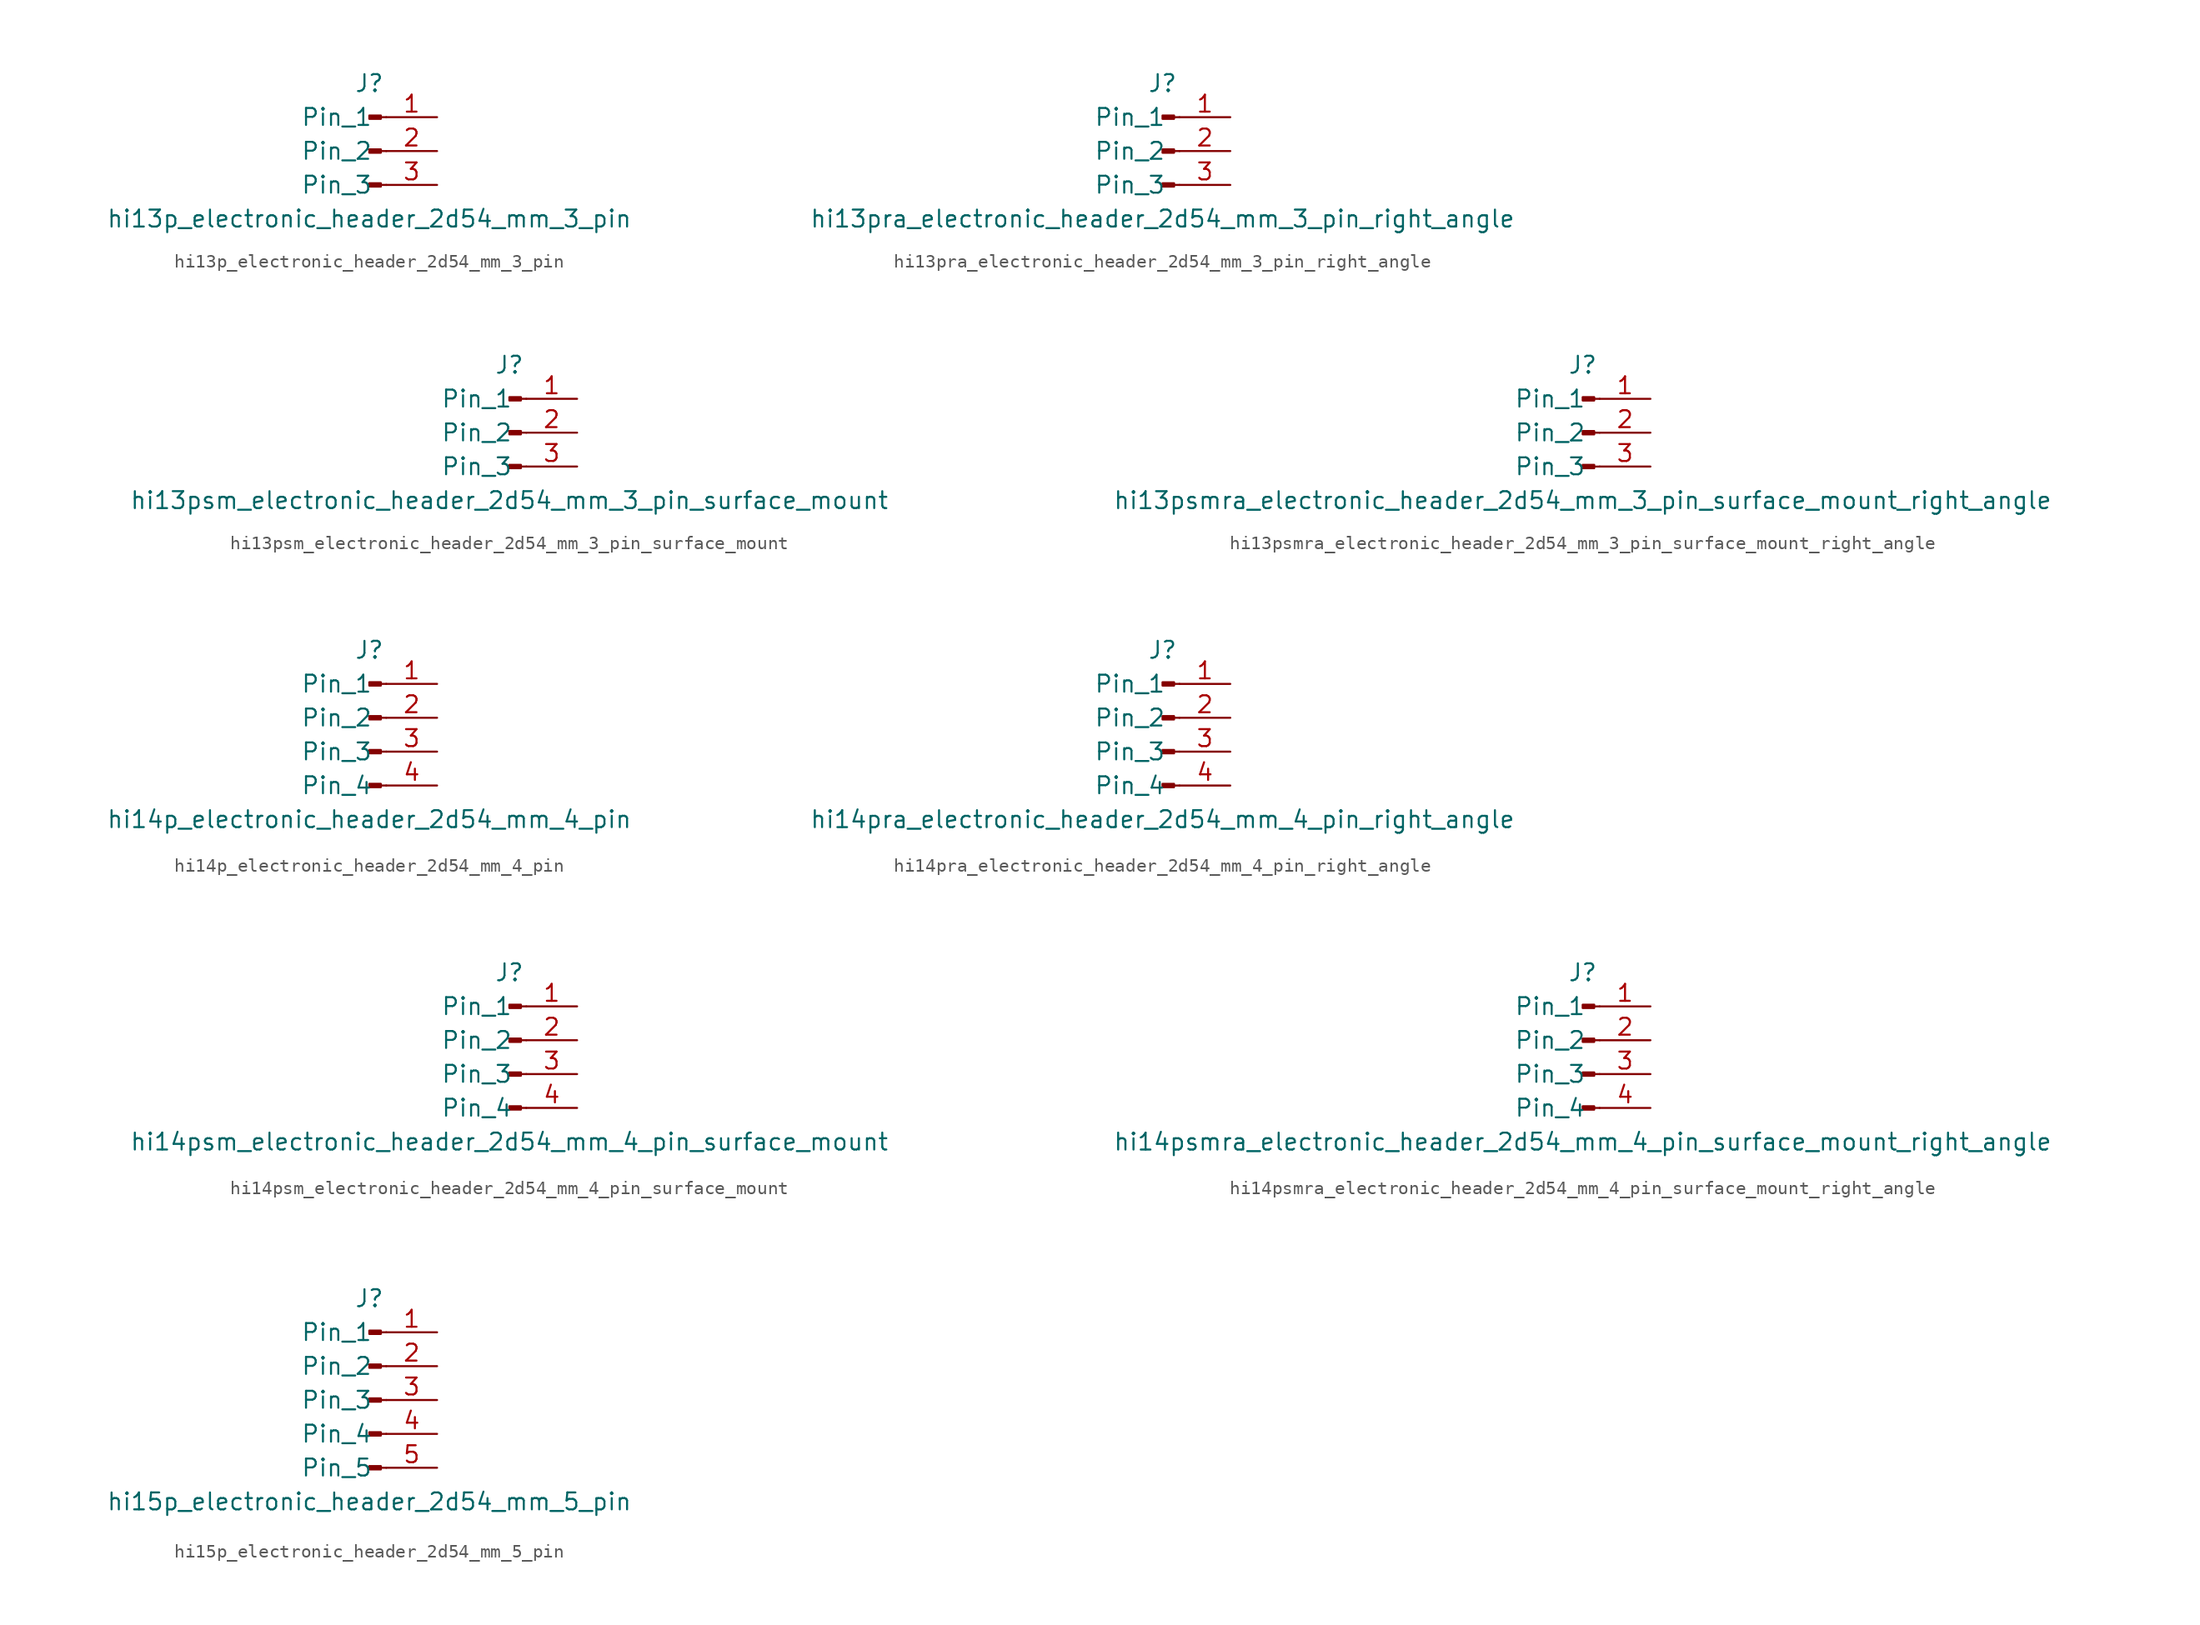
<source format=kicad_sym>
(kicad_symbol_lib
  (version 20220914)
  (generator kicad_symbol_editor)
  (symbol "hi13p_electronic_header_2d54_mm_3_pin"
    (pin_names
      (offset 1.016))
    (property "Reference" "J"
      (at 0 5.08 0)
      (effects (font (size 1.27 1.27))))
    (property "Value" "hi13p_electronic_header_2d54_mm_3_pin"
      (at 0 -5.08 0)
      (effects (font (size 1.27 1.27))))
    (property "ki_locked" ""
      (at 0 0 0)
      (effects (font (size 1.27 1.27))))
    (symbol "hi13p_electronic_header_2d54_mm_3_pin_1_1"
      (polyline (pts (xy 1.27 -2.54) (xy 0.864 -2.54)) (stroke (width 0.152) (type default)) (fill (type none)))
      (polyline (pts (xy 1.27 0) (xy 0.864 0)) (stroke (width 0.152) (type default)) (fill (type none)))
      (polyline (pts (xy 1.27 2.54) (xy 0.864 2.54)) (stroke (width 0.152) (type default)) (fill (type none)))
      (rectangle (start 0.864 -2.413) (end 0 -2.667) (stroke (width 0.152) (type default)) (fill (type outline)))
      (rectangle (start 0.864 0.127) (end 0 -0.127) (stroke (width 0.152) (type default)) (fill (type outline)))
      (rectangle (start 0.864 2.667) (end 0 2.413) (stroke (width 0.152) (type default)) (fill (type outline)))
      (pin passive line (at 5.08 2.54 180) (length 3.81) (name "Pin_1" (effects (font (size 1.27 1.27)))) (number "1" (effects (font (size 1.27 1.27)))))
      (pin passive line (at 5.08 0 180) (length 3.81) (name "Pin_2" (effects (font (size 1.27 1.27)))) (number "2" (effects (font (size 1.27 1.27)))))
      (pin passive line (at 5.08 -2.54 180) (length 3.81) (name "Pin_3" (effects (font (size 1.27 1.27)))) (number "3" (effects (font (size 1.27 1.27)))))))
  (symbol "hi13pra_electronic_header_2d54_mm_3_pin_right_angle"
    (pin_names
      (offset 1.016))
    (property "Reference" "J"
      (at 0 5.08 0)
      (effects (font (size 1.27 1.27))))
    (property "Value" "hi13pra_electronic_header_2d54_mm_3_pin_right_angle"
      (at 0 -5.08 0)
      (effects (font (size 1.27 1.27))))
    (property "ki_locked" ""
      (at 0 0 0)
      (effects (font (size 1.27 1.27))))
    (symbol "hi13pra_electronic_header_2d54_mm_3_pin_right_angle_1_1"
      (polyline (pts (xy 1.27 -2.54) (xy 0.864 -2.54)) (stroke (width 0.152) (type default)) (fill (type none)))
      (polyline (pts (xy 1.27 0) (xy 0.864 0)) (stroke (width 0.152) (type default)) (fill (type none)))
      (polyline (pts (xy 1.27 2.54) (xy 0.864 2.54)) (stroke (width 0.152) (type default)) (fill (type none)))
      (rectangle (start 0.864 -2.413) (end 0 -2.667) (stroke (width 0.152) (type default)) (fill (type outline)))
      (rectangle (start 0.864 0.127) (end 0 -0.127) (stroke (width 0.152) (type default)) (fill (type outline)))
      (rectangle (start 0.864 2.667) (end 0 2.413) (stroke (width 0.152) (type default)) (fill (type outline)))
      (pin passive line (at 5.08 2.54 180) (length 3.81) (name "Pin_1" (effects (font (size 1.27 1.27)))) (number "1" (effects (font (size 1.27 1.27)))))
      (pin passive line (at 5.08 0 180) (length 3.81) (name "Pin_2" (effects (font (size 1.27 1.27)))) (number "2" (effects (font (size 1.27 1.27)))))
      (pin passive line (at 5.08 -2.54 180) (length 3.81) (name "Pin_3" (effects (font (size 1.27 1.27)))) (number "3" (effects (font (size 1.27 1.27)))))))
  (symbol "hi13psm_electronic_header_2d54_mm_3_pin_surface_mount"
    (pin_names
      (offset 1.016))
    (property "Reference" "J"
      (at 0 5.08 0)
      (effects (font (size 1.27 1.27))))
    (property "Value" "hi13psm_electronic_header_2d54_mm_3_pin_surface_mount"
      (at 0 -5.08 0)
      (effects (font (size 1.27 1.27))))
    (property "ki_locked" ""
      (at 0 0 0)
      (effects (font (size 1.27 1.27))))
    (symbol "hi13psm_electronic_header_2d54_mm_3_pin_surface_mount_1_1"
      (polyline (pts (xy 1.27 -2.54) (xy 0.864 -2.54)) (stroke (width 0.152) (type default)) (fill (type none)))
      (polyline (pts (xy 1.27 0) (xy 0.864 0)) (stroke (width 0.152) (type default)) (fill (type none)))
      (polyline (pts (xy 1.27 2.54) (xy 0.864 2.54)) (stroke (width 0.152) (type default)) (fill (type none)))
      (rectangle (start 0.864 -2.413) (end 0 -2.667) (stroke (width 0.152) (type default)) (fill (type outline)))
      (rectangle (start 0.864 0.127) (end 0 -0.127) (stroke (width 0.152) (type default)) (fill (type outline)))
      (rectangle (start 0.864 2.667) (end 0 2.413) (stroke (width 0.152) (type default)) (fill (type outline)))
      (pin passive line (at 5.08 2.54 180) (length 3.81) (name "Pin_1" (effects (font (size 1.27 1.27)))) (number "1" (effects (font (size 1.27 1.27)))))
      (pin passive line (at 5.08 0 180) (length 3.81) (name "Pin_2" (effects (font (size 1.27 1.27)))) (number "2" (effects (font (size 1.27 1.27)))))
      (pin passive line (at 5.08 -2.54 180) (length 3.81) (name "Pin_3" (effects (font (size 1.27 1.27)))) (number "3" (effects (font (size 1.27 1.27)))))))
  (symbol "hi13psmra_electronic_header_2d54_mm_3_pin_surface_mount_right_angle"
    (pin_names
      (offset 1.016))
    (property "Reference" "J"
      (at 0 5.08 0)
      (effects (font (size 1.27 1.27))))
    (property "Value" "hi13psmra_electronic_header_2d54_mm_3_pin_surface_mount_right_angle"
      (at 0 -5.08 0)
      (effects (font (size 1.27 1.27))))
    (property "ki_locked" ""
      (at 0 0 0)
      (effects (font (size 1.27 1.27))))
    (symbol "hi13psmra_electronic_header_2d54_mm_3_pin_surface_mount_right_angle_1_1"
      (polyline (pts (xy 1.27 -2.54) (xy 0.864 -2.54)) (stroke (width 0.152) (type default)) (fill (type none)))
      (polyline (pts (xy 1.27 0) (xy 0.864 0)) (stroke (width 0.152) (type default)) (fill (type none)))
      (polyline (pts (xy 1.27 2.54) (xy 0.864 2.54)) (stroke (width 0.152) (type default)) (fill (type none)))
      (rectangle (start 0.864 -2.413) (end 0 -2.667) (stroke (width 0.152) (type default)) (fill (type outline)))
      (rectangle (start 0.864 0.127) (end 0 -0.127) (stroke (width 0.152) (type default)) (fill (type outline)))
      (rectangle (start 0.864 2.667) (end 0 2.413) (stroke (width 0.152) (type default)) (fill (type outline)))
      (pin passive line (at 5.08 2.54 180) (length 3.81) (name "Pin_1" (effects (font (size 1.27 1.27)))) (number "1" (effects (font (size 1.27 1.27)))))
      (pin passive line (at 5.08 0 180) (length 3.81) (name "Pin_2" (effects (font (size 1.27 1.27)))) (number "2" (effects (font (size 1.27 1.27)))))
      (pin passive line (at 5.08 -2.54 180) (length 3.81) (name "Pin_3" (effects (font (size 1.27 1.27)))) (number "3" (effects (font (size 1.27 1.27)))))))
  (symbol "hi14p_electronic_header_2d54_mm_4_pin"
    (pin_names
      (offset 1.016))
    (property "Reference" "J"
      (at 0 5.08 0)
      (effects (font (size 1.27 1.27))))
    (property "Value" "hi14p_electronic_header_2d54_mm_4_pin"
      (at 0 -7.62 0)
      (effects (font (size 1.27 1.27))))
    (property "ki_locked" ""
      (at 0 0 0)
      (effects (font (size 1.27 1.27))))
    (symbol "hi14p_electronic_header_2d54_mm_4_pin_1_1"
      (polyline (pts (xy 1.27 -5.08) (xy 0.864 -5.08)) (stroke (width 0.152) (type default)) (fill (type none)))
      (polyline (pts (xy 1.27 -2.54) (xy 0.864 -2.54)) (stroke (width 0.152) (type default)) (fill (type none)))
      (polyline (pts (xy 1.27 0) (xy 0.864 0)) (stroke (width 0.152) (type default)) (fill (type none)))
      (polyline (pts (xy 1.27 2.54) (xy 0.864 2.54)) (stroke (width 0.152) (type default)) (fill (type none)))
      (rectangle (start 0.864 -4.953) (end 0 -5.207) (stroke (width 0.152) (type default)) (fill (type outline)))
      (rectangle (start 0.864 -2.413) (end 0 -2.667) (stroke (width 0.152) (type default)) (fill (type outline)))
      (rectangle (start 0.864 0.127) (end 0 -0.127) (stroke (width 0.152) (type default)) (fill (type outline)))
      (rectangle (start 0.864 2.667) (end 0 2.413) (stroke (width 0.152) (type default)) (fill (type outline)))
      (pin passive line (at 5.08 2.54 180) (length 3.81) (name "Pin_1" (effects (font (size 1.27 1.27)))) (number "1" (effects (font (size 1.27 1.27)))))
      (pin passive line (at 5.08 0 180) (length 3.81) (name "Pin_2" (effects (font (size 1.27 1.27)))) (number "2" (effects (font (size 1.27 1.27)))))
      (pin passive line (at 5.08 -2.54 180) (length 3.81) (name "Pin_3" (effects (font (size 1.27 1.27)))) (number "3" (effects (font (size 1.27 1.27)))))
      (pin passive line (at 5.08 -5.08 180) (length 3.81) (name "Pin_4" (effects (font (size 1.27 1.27)))) (number "4" (effects (font (size 1.27 1.27)))))))
  (symbol "hi14pra_electronic_header_2d54_mm_4_pin_right_angle"
    (pin_names
      (offset 1.016))
    (property "Reference" "J"
      (at 0 5.08 0)
      (effects (font (size 1.27 1.27))))
    (property "Value" "hi14pra_electronic_header_2d54_mm_4_pin_right_angle"
      (at 0 -7.62 0)
      (effects (font (size 1.27 1.27))))
    (property "ki_locked" ""
      (at 0 0 0)
      (effects (font (size 1.27 1.27))))
    (symbol "hi14pra_electronic_header_2d54_mm_4_pin_right_angle_1_1"
      (polyline (pts (xy 1.27 -5.08) (xy 0.864 -5.08)) (stroke (width 0.152) (type default)) (fill (type none)))
      (polyline (pts (xy 1.27 -2.54) (xy 0.864 -2.54)) (stroke (width 0.152) (type default)) (fill (type none)))
      (polyline (pts (xy 1.27 0) (xy 0.864 0)) (stroke (width 0.152) (type default)) (fill (type none)))
      (polyline (pts (xy 1.27 2.54) (xy 0.864 2.54)) (stroke (width 0.152) (type default)) (fill (type none)))
      (rectangle (start 0.864 -4.953) (end 0 -5.207) (stroke (width 0.152) (type default)) (fill (type outline)))
      (rectangle (start 0.864 -2.413) (end 0 -2.667) (stroke (width 0.152) (type default)) (fill (type outline)))
      (rectangle (start 0.864 0.127) (end 0 -0.127) (stroke (width 0.152) (type default)) (fill (type outline)))
      (rectangle (start 0.864 2.667) (end 0 2.413) (stroke (width 0.152) (type default)) (fill (type outline)))
      (pin passive line (at 5.08 2.54 180) (length 3.81) (name "Pin_1" (effects (font (size 1.27 1.27)))) (number "1" (effects (font (size 1.27 1.27)))))
      (pin passive line (at 5.08 0 180) (length 3.81) (name "Pin_2" (effects (font (size 1.27 1.27)))) (number "2" (effects (font (size 1.27 1.27)))))
      (pin passive line (at 5.08 -2.54 180) (length 3.81) (name "Pin_3" (effects (font (size 1.27 1.27)))) (number "3" (effects (font (size 1.27 1.27)))))
      (pin passive line (at 5.08 -5.08 180) (length 3.81) (name "Pin_4" (effects (font (size 1.27 1.27)))) (number "4" (effects (font (size 1.27 1.27)))))))
  (symbol "hi14psm_electronic_header_2d54_mm_4_pin_surface_mount"
    (pin_names
      (offset 1.016))
    (property "Reference" "J"
      (at 0 5.08 0)
      (effects (font (size 1.27 1.27))))
    (property "Value" "hi14psm_electronic_header_2d54_mm_4_pin_surface_mount"
      (at 0 -7.62 0)
      (effects (font (size 1.27 1.27))))
    (property "ki_locked" ""
      (at 0 0 0)
      (effects (font (size 1.27 1.27))))
    (symbol "hi14psm_electronic_header_2d54_mm_4_pin_surface_mount_1_1"
      (polyline (pts (xy 1.27 -5.08) (xy 0.864 -5.08)) (stroke (width 0.152) (type default)) (fill (type none)))
      (polyline (pts (xy 1.27 -2.54) (xy 0.864 -2.54)) (stroke (width 0.152) (type default)) (fill (type none)))
      (polyline (pts (xy 1.27 0) (xy 0.864 0)) (stroke (width 0.152) (type default)) (fill (type none)))
      (polyline (pts (xy 1.27 2.54) (xy 0.864 2.54)) (stroke (width 0.152) (type default)) (fill (type none)))
      (rectangle (start 0.864 -4.953) (end 0 -5.207) (stroke (width 0.152) (type default)) (fill (type outline)))
      (rectangle (start 0.864 -2.413) (end 0 -2.667) (stroke (width 0.152) (type default)) (fill (type outline)))
      (rectangle (start 0.864 0.127) (end 0 -0.127) (stroke (width 0.152) (type default)) (fill (type outline)))
      (rectangle (start 0.864 2.667) (end 0 2.413) (stroke (width 0.152) (type default)) (fill (type outline)))
      (pin passive line (at 5.08 2.54 180) (length 3.81) (name "Pin_1" (effects (font (size 1.27 1.27)))) (number "1" (effects (font (size 1.27 1.27)))))
      (pin passive line (at 5.08 0 180) (length 3.81) (name "Pin_2" (effects (font (size 1.27 1.27)))) (number "2" (effects (font (size 1.27 1.27)))))
      (pin passive line (at 5.08 -2.54 180) (length 3.81) (name "Pin_3" (effects (font (size 1.27 1.27)))) (number "3" (effects (font (size 1.27 1.27)))))
      (pin passive line (at 5.08 -5.08 180) (length 3.81) (name "Pin_4" (effects (font (size 1.27 1.27)))) (number "4" (effects (font (size 1.27 1.27)))))))
  (symbol "hi14psmra_electronic_header_2d54_mm_4_pin_surface_mount_right_angle"
    (pin_names
      (offset 1.016))
    (property "Reference" "J"
      (at 0 5.08 0)
      (effects (font (size 1.27 1.27))))
    (property "Value" "hi14psmra_electronic_header_2d54_mm_4_pin_surface_mount_right_angle"
      (at 0 -7.62 0)
      (effects (font (size 1.27 1.27))))
    (property "ki_locked" ""
      (at 0 0 0)
      (effects (font (size 1.27 1.27))))
    (symbol "hi14psmra_electronic_header_2d54_mm_4_pin_surface_mount_right_angle_1_1"
      (polyline (pts (xy 1.27 -5.08) (xy 0.864 -5.08)) (stroke (width 0.152) (type default)) (fill (type none)))
      (polyline (pts (xy 1.27 -2.54) (xy 0.864 -2.54)) (stroke (width 0.152) (type default)) (fill (type none)))
      (polyline (pts (xy 1.27 0) (xy 0.864 0)) (stroke (width 0.152) (type default)) (fill (type none)))
      (polyline (pts (xy 1.27 2.54) (xy 0.864 2.54)) (stroke (width 0.152) (type default)) (fill (type none)))
      (rectangle (start 0.864 -4.953) (end 0 -5.207) (stroke (width 0.152) (type default)) (fill (type outline)))
      (rectangle (start 0.864 -2.413) (end 0 -2.667) (stroke (width 0.152) (type default)) (fill (type outline)))
      (rectangle (start 0.864 0.127) (end 0 -0.127) (stroke (width 0.152) (type default)) (fill (type outline)))
      (rectangle (start 0.864 2.667) (end 0 2.413) (stroke (width 0.152) (type default)) (fill (type outline)))
      (pin passive line (at 5.08 2.54 180) (length 3.81) (name "Pin_1" (effects (font (size 1.27 1.27)))) (number "1" (effects (font (size 1.27 1.27)))))
      (pin passive line (at 5.08 0 180) (length 3.81) (name "Pin_2" (effects (font (size 1.27 1.27)))) (number "2" (effects (font (size 1.27 1.27)))))
      (pin passive line (at 5.08 -2.54 180) (length 3.81) (name "Pin_3" (effects (font (size 1.27 1.27)))) (number "3" (effects (font (size 1.27 1.27)))))
      (pin passive line (at 5.08 -5.08 180) (length 3.81) (name "Pin_4" (effects (font (size 1.27 1.27)))) (number "4" (effects (font (size 1.27 1.27)))))))
  (symbol "hi15p_electronic_header_2d54_mm_5_pin"
    (pin_names
      (offset 1.016))
    (property "Reference" "J"
      (at 0 7.62 0)
      (effects (font (size 1.27 1.27))))
    (property "Value" "hi15p_electronic_header_2d54_mm_5_pin"
      (at 0 -7.62 0)
      (effects (font (size 1.27 1.27))))
    (property "ki_locked" ""
      (at 0 0 0)
      (effects (font (size 1.27 1.27))))
    (symbol "hi15p_electronic_header_2d54_mm_5_pin_1_1"
      (polyline (pts (xy 1.27 -5.08) (xy 0.864 -5.08)) (stroke (width 0.152) (type default)) (fill (type none)))
      (polyline (pts (xy 1.27 -2.54) (xy 0.864 -2.54)) (stroke (width 0.152) (type default)) (fill (type none)))
      (polyline (pts (xy 1.27 0) (xy 0.864 0)) (stroke (width 0.152) (type default)) (fill (type none)))
      (polyline (pts (xy 1.27 2.54) (xy 0.864 2.54)) (stroke (width 0.152) (type default)) (fill (type none)))
      (polyline (pts (xy 1.27 5.08) (xy 0.864 5.08)) (stroke (width 0.152) (type default)) (fill (type none)))
      (rectangle (start 0.864 -4.953) (end 0 -5.207) (stroke (width 0.152) (type default)) (fill (type outline)))
      (rectangle (start 0.864 -2.413) (end 0 -2.667) (stroke (width 0.152) (type default)) (fill (type outline)))
      (rectangle (start 0.864 0.127) (end 0 -0.127) (stroke (width 0.152) (type default)) (fill (type outline)))
      (rectangle (start 0.864 2.667) (end 0 2.413) (stroke (width 0.152) (type default)) (fill (type outline)))
      (rectangle (start 0.864 5.207) (end 0 4.953) (stroke (width 0.152) (type default)) (fill (type outline)))
      (pin passive line (at 5.08 5.08 180) (length 3.81) (name "Pin_1" (effects (font (size 1.27 1.27)))) (number "1" (effects (font (size 1.27 1.27)))))
      (pin passive line (at 5.08 2.54 180) (length 3.81) (name "Pin_2" (effects (font (size 1.27 1.27)))) (number "2" (effects (font (size 1.27 1.27)))))
      (pin passive line (at 5.08 0 180) (length 3.81) (name "Pin_3" (effects (font (size 1.27 1.27)))) (number "3" (effects (font (size 1.27 1.27)))))
      (pin passive line (at 5.08 -2.54 180) (length 3.81) (name "Pin_4" (effects (font (size 1.27 1.27)))) (number "4" (effects (font (size 1.27 1.27)))))
      (pin passive line (at 5.08 -5.08 180) (length 3.81) (name "Pin_5" (effects (font (size 1.27 1.27)))) (number "5" (effects (font (size 1.27 1.27))))))))
</source>
